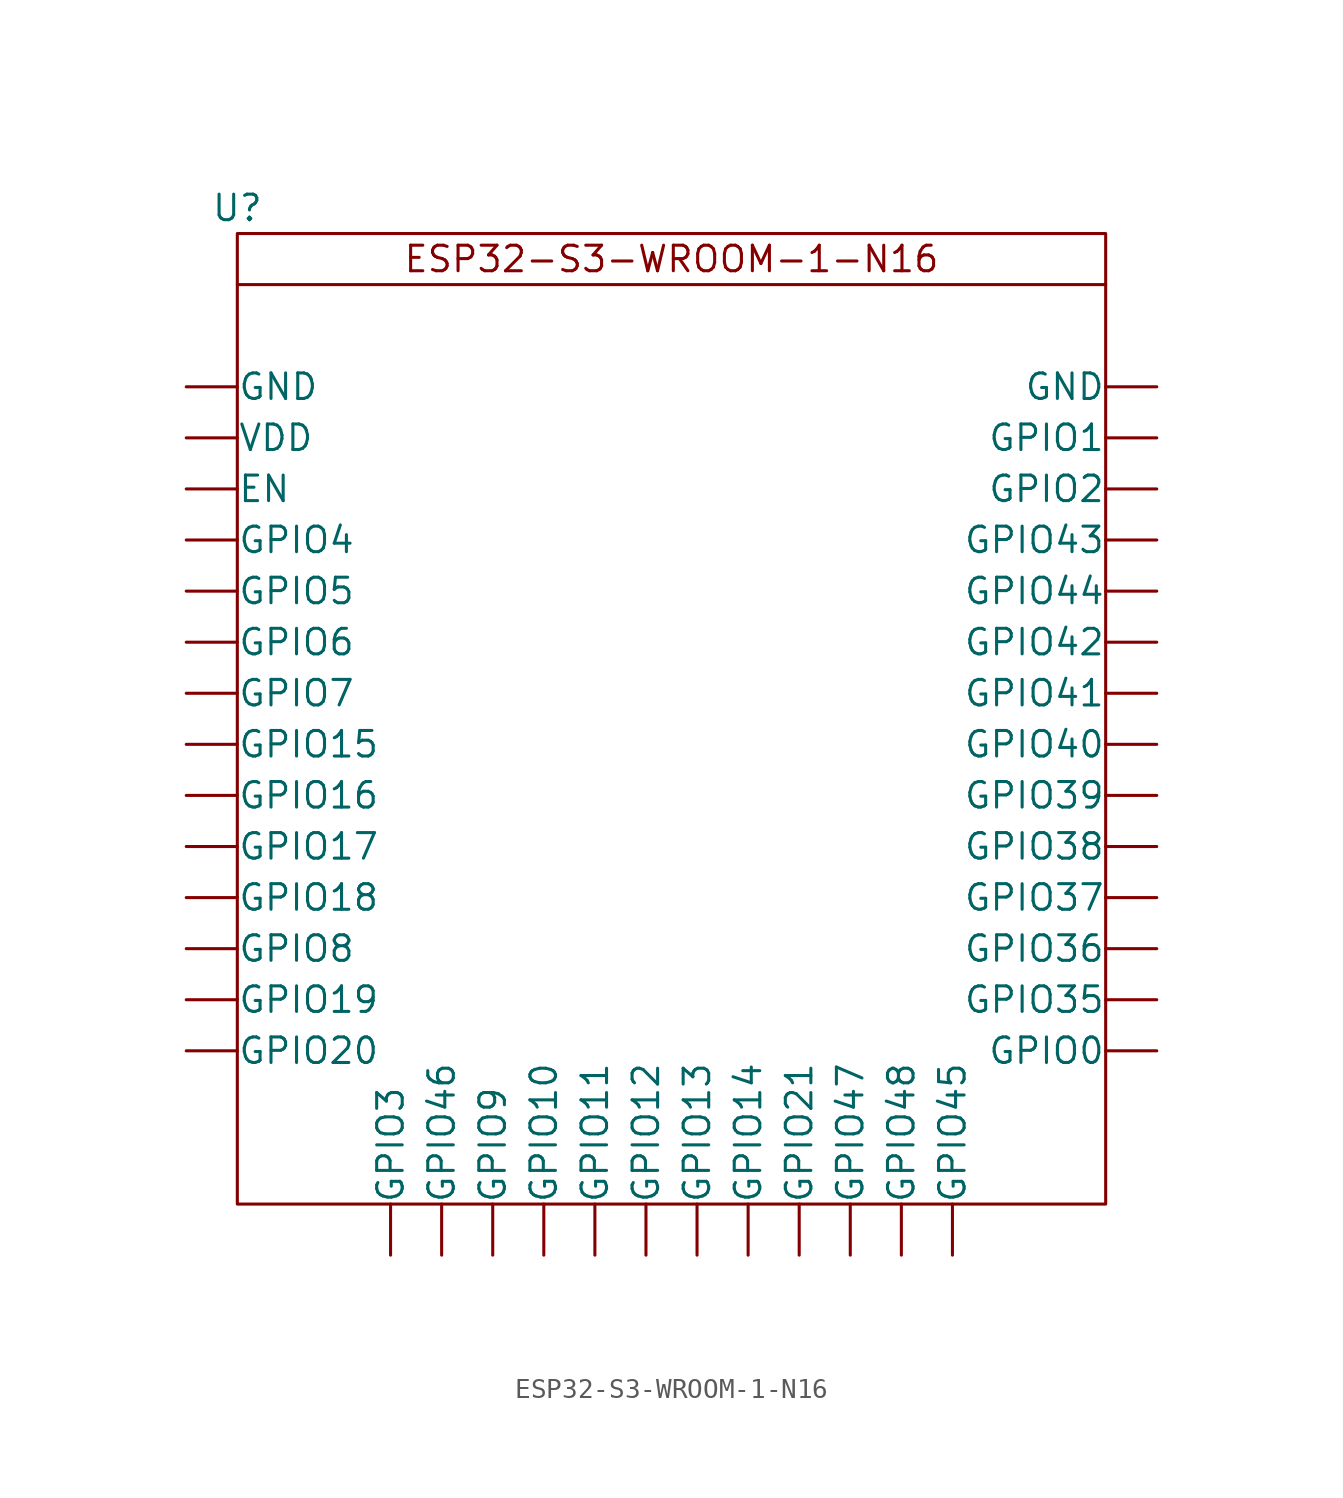
<source format=kicad_sym>
(kicad_symbol_lib
  (version 20231120)
  (generator "kicad_symbol_editor")
  (generator_version "8.0")
  (symbol "ESP32-S3-WROOM-1-N16"
    (pin_names
      (offset 0.002))
    (property "Reference" "U"
      (at 0 0 0)
      (effects (font (size 1.27 1.27))))
    (property "Value" ""
      (at 0 0 0)
      (effects (font (size 1.27 1.27))))
    (symbol "ESP32-S3-WROOM-1-N16_0_1"
      (rectangle (start 0 -1.27) (end 43.18 -49.53) (stroke (width 0) (type default)) (fill (type none)))
      (polyline (pts (xy 0 -3.81) (xy 43.18 -3.81)) (stroke (width 0) (type default)) (fill (type none))))
    (symbol "ESP32-S3-WROOM-1-N16_1_1"
      (text "ESP32-S3-WROOM-1-N16" (at 21.59 -2.54 0) (effects (font (size 1.27 1.27))))
      (pin input line (at -2.54 -13.97 0) (length 2.54) (name "EN" (effects (font (size 1.27 1.27)))) (number "" (effects (font (size 1.27 1.27)))))
      (pin input line (at -2.54 -8.89 0) (length 2.54) (name "GND" (effects (font (size 1.27 1.27)))) (number "" (effects (font (size 1.27 1.27)))))
      (pin input line (at 45.72 -8.89 180) (length 2.54) (name "GND" (effects (font (size 1.27 1.27)))) (number "" (effects (font (size 1.27 1.27)))))
      (pin bidirectional line (at 45.72 -41.91 180) (length 2.54) (name "GPIO0" (effects (font (size 1.27 1.27)))) (number "" (effects (font (size 1.27 1.27)))))
      (pin bidirectional line (at 45.72 -11.43 180) (length 2.54) (name "GPIO1" (effects (font (size 1.27 1.27)))) (number "" (effects (font (size 1.27 1.27)))))
      (pin bidirectional line (at 15.24 -52.07 90) (length 2.54) (name "GPIO10" (effects (font (size 1.27 1.27)))) (number "" (effects (font (size 1.27 1.27)))))
      (pin bidirectional line (at 17.78 -52.07 90) (length 2.54) (name "GPIO11" (effects (font (size 1.27 1.27)))) (number "" (effects (font (size 1.27 1.27)))))
      (pin bidirectional line (at 20.32 -52.07 90) (length 2.54) (name "GPIO12" (effects (font (size 1.27 1.27)))) (number "" (effects (font (size 1.27 1.27)))))
      (pin bidirectional line (at 22.86 -52.07 90) (length 2.54) (name "GPIO13" (effects (font (size 1.27 1.27)))) (number "" (effects (font (size 1.27 1.27)))))
      (pin bidirectional line (at 25.4 -52.07 90) (length 2.54) (name "GPIO14" (effects (font (size 1.27 1.27)))) (number "" (effects (font (size 1.27 1.27)))))
      (pin bidirectional line (at -2.54 -26.67 0) (length 2.54) (name "GPIO15" (effects (font (size 1.27 1.27)))) (number "" (effects (font (size 1.27 1.27)))))
      (pin bidirectional line (at -2.54 -29.21 0) (length 2.54) (name "GPIO16" (effects (font (size 1.27 1.27)))) (number "" (effects (font (size 1.27 1.27)))))
      (pin bidirectional line (at -2.54 -31.75 0) (length 2.54) (name "GPIO17" (effects (font (size 1.27 1.27)))) (number "" (effects (font (size 1.27 1.27)))))
      (pin bidirectional line (at -2.54 -34.29 0) (length 2.54) (name "GPIO18" (effects (font (size 1.27 1.27)))) (number "" (effects (font (size 1.27 1.27)))))
      (pin bidirectional line (at -2.54 -39.37 0) (length 2.54) (name "GPIO19" (effects (font (size 1.27 1.27)))) (number "" (effects (font (size 1.27 1.27)))))
      (pin bidirectional line (at 45.72 -13.97 180) (length 2.54) (name "GPIO2" (effects (font (size 1.27 1.27)))) (number "" (effects (font (size 1.27 1.27)))))
      (pin bidirectional line (at -2.54 -41.91 0) (length 2.54) (name "GPIO20" (effects (font (size 1.27 1.27)))) (number "" (effects (font (size 1.27 1.27)))))
      (pin bidirectional line (at 27.94 -52.07 90) (length 2.54) (name "GPIO21" (effects (font (size 1.27 1.27)))) (number "" (effects (font (size 1.27 1.27)))))
      (pin bidirectional line (at 7.62 -52.07 90) (length 2.54) (name "GPIO3" (effects (font (size 1.27 1.27)))) (number "" (effects (font (size 1.27 1.27)))))
      (pin bidirectional line (at 45.72 -39.37 180) (length 2.54) (name "GPIO35" (effects (font (size 1.27 1.27)))) (number "" (effects (font (size 1.27 1.27)))))
      (pin bidirectional line (at 45.72 -36.83 180) (length 2.54) (name "GPIO36" (effects (font (size 1.27 1.27)))) (number "" (effects (font (size 1.27 1.27)))))
      (pin bidirectional line (at 45.72 -34.29 180) (length 2.54) (name "GPIO37" (effects (font (size 1.27 1.27)))) (number "" (effects (font (size 1.27 1.27)))))
      (pin bidirectional line (at 45.72 -31.75 180) (length 2.54) (name "GPIO38" (effects (font (size 1.27 1.27)))) (number "" (effects (font (size 1.27 1.27)))))
      (pin bidirectional line (at 45.72 -29.21 180) (length 2.54) (name "GPIO39" (effects (font (size 1.27 1.27)))) (number "" (effects (font (size 1.27 1.27)))))
      (pin bidirectional line (at -2.54 -16.51 0) (length 2.54) (name "GPIO4" (effects (font (size 1.27 1.27)))) (number "" (effects (font (size 1.27 1.27)))))
      (pin bidirectional line (at 45.72 -26.67 180) (length 2.54) (name "GPIO40" (effects (font (size 1.27 1.27)))) (number "" (effects (font (size 1.27 1.27)))))
      (pin bidirectional line (at 45.72 -24.13 180) (length 2.54) (name "GPIO41" (effects (font (size 1.27 1.27)))) (number "" (effects (font (size 1.27 1.27)))))
      (pin bidirectional line (at 45.72 -21.59 180) (length 2.54) (name "GPIO42" (effects (font (size 1.27 1.27)))) (number "" (effects (font (size 1.27 1.27)))))
      (pin bidirectional line (at 45.72 -16.51 180) (length 2.54) (name "GPIO43" (effects (font (size 1.27 1.27)))) (number "" (effects (font (size 1.27 1.27)))))
      (pin bidirectional line (at 45.72 -19.05 180) (length 2.54) (name "GPIO44" (effects (font (size 1.27 1.27)))) (number "" (effects (font (size 1.27 1.27)))))
      (pin bidirectional line (at 35.56 -52.07 90) (length 2.54) (name "GPIO45" (effects (font (size 1.27 1.27)))) (number "" (effects (font (size 1.27 1.27)))))
      (pin bidirectional line (at 10.16 -52.07 90) (length 2.54) (name "GPIO46" (effects (font (size 1.27 1.27)))) (number "" (effects (font (size 1.27 1.27)))))
      (pin bidirectional line (at 30.48 -52.07 90) (length 2.54) (name "GPIO47" (effects (font (size 1.27 1.27)))) (number "" (effects (font (size 1.27 1.27)))))
      (pin bidirectional line (at 33.02 -52.07 90) (length 2.54) (name "GPIO48" (effects (font (size 1.27 1.27)))) (number "" (effects (font (size 1.27 1.27)))))
      (pin bidirectional line (at -2.54 -19.05 0) (length 2.54) (name "GPIO5" (effects (font (size 1.27 1.27)))) (number "" (effects (font (size 1.27 1.27)))))
      (pin bidirectional line (at -2.54 -21.59 0) (length 2.54) (name "GPIO6" (effects (font (size 1.27 1.27)))) (number "" (effects (font (size 1.27 1.27)))))
      (pin bidirectional line (at -2.54 -24.13 0) (length 2.54) (name "GPIO7" (effects (font (size 1.27 1.27)))) (number "" (effects (font (size 1.27 1.27)))))
      (pin bidirectional line (at -2.54 -36.83 0) (length 2.54) (name "GPIO8" (effects (font (size 1.27 1.27)))) (number "" (effects (font (size 1.27 1.27)))))
      (pin bidirectional line (at 12.7 -52.07 90) (length 2.54) (name "GPIO9" (effects (font (size 1.27 1.27)))) (number "" (effects (font (size 1.27 1.27)))))
      (pin input line (at -2.54 -11.43 0) (length 2.54) (name "VDD" (effects (font (size 1.27 1.27)))) (number "" (effects (font (size 1.27 1.27))))))))
</source>
